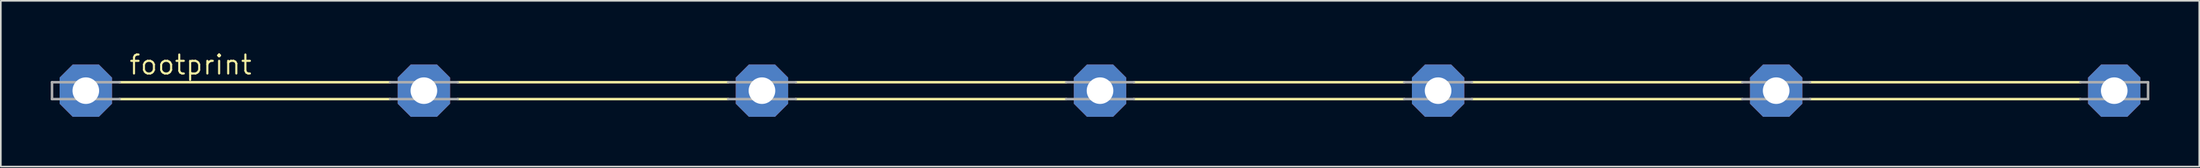
<source format=kicad_pcb>
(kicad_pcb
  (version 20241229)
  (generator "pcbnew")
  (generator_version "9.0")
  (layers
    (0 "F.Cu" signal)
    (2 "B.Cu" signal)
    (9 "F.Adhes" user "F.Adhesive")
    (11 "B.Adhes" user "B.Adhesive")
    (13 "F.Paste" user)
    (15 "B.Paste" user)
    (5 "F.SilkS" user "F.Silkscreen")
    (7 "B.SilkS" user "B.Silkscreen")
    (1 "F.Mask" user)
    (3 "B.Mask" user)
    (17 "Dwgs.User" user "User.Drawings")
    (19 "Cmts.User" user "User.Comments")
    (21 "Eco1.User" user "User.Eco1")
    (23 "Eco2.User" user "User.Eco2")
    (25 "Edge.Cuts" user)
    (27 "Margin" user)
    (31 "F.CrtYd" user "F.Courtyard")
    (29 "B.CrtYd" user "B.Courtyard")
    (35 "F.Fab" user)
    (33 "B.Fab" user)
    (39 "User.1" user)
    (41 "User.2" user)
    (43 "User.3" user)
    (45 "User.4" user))
  (footprint "footprint"
    (layer "F.Cu")
    (at 63.068 2.413)
    (property "Reference" "footprint" (at -58.42 -0.889 0) (layer "F.SilkS") (effects (font (size 1.143 1.143) (thickness 0.127)) (justify left bottom)))
    (fp_line (start -58.928 -0.508) (end -42.672 -0.508) (stroke (width 0.152) (type solid)) (layer "F.SilkS"))
    (fp_line (start -58.928 0.508) (end -42.672 0.508) (stroke (width 0.152) (type solid)) (layer "F.SilkS"))
    (fp_line (start -38.608 -0.508) (end -22.352 -0.508) (stroke (width 0.152) (type solid)) (layer "F.SilkS"))
    (fp_line (start -38.608 0.508) (end -22.352 0.508) (stroke (width 0.152) (type solid)) (layer "F.SilkS"))
    (fp_line (start -18.288 -0.508) (end -2.032 -0.508) (stroke (width 0.152) (type solid)) (layer "F.SilkS"))
    (fp_line (start -18.288 0.508) (end -2.032 0.508) (stroke (width 0.152) (type solid)) (layer "F.SilkS"))
    (fp_line (start 2.032 -0.508) (end 18.288 -0.508) (stroke (width 0.152) (type solid)) (layer "F.SilkS"))
    (fp_line (start 2.032 0.508) (end 18.288 0.508) (stroke (width 0.152) (type solid)) (layer "F.SilkS"))
    (fp_line (start 22.352 -0.508) (end 38.608 -0.508) (stroke (width 0.152) (type solid)) (layer "F.SilkS"))
    (fp_line (start 22.352 0.508) (end 38.608 0.508) (stroke (width 0.152) (type solid)) (layer "F.SilkS"))
    (fp_line (start 42.672 -0.508) (end 58.928 -0.508) (stroke (width 0.152) (type solid)) (layer "F.SilkS"))
    (fp_line (start 42.672 0.508) (end 58.928 0.508) (stroke (width 0.152) (type solid)) (layer "F.SilkS"))
    (fp_line (start -62.992 -0.508) (end -62.992 0.508) (stroke (width 0.152) (type solid)) (layer "F.Fab"))
    (fp_line (start -62.992 0.508) (end -58.928 0.508) (stroke (width 0.152) (type solid)) (layer "F.Fab"))
    (fp_line (start -58.928 -0.508) (end -62.992 -0.508) (stroke (width 0.152) (type solid)) (layer "F.Fab"))
    (fp_line (start -42.672 0.508) (end -38.608 0.508) (stroke (width 0.152) (type solid)) (layer "F.Fab"))
    (fp_line (start -38.608 -0.508) (end -42.672 -0.508) (stroke (width 0.152) (type solid)) (layer "F.Fab"))
    (fp_line (start -18.288 -0.508) (end -22.352 -0.508) (stroke (width 0.152) (type solid)) (layer "F.Fab"))
    (fp_line (start -18.288 0.508) (end -22.352 0.508) (stroke (width 0.152) (type solid)) (layer "F.Fab"))
    (fp_line (start -2.032 0.508) (end 2.032 0.508) (stroke (width 0.152) (type solid)) (layer "F.Fab"))
    (fp_line (start 2.032 -0.508) (end -2.032 -0.508) (stroke (width 0.152) (type solid)) (layer "F.Fab"))
    (fp_line (start 18.288 0.508) (end 22.352 0.508) (stroke (width 0.152) (type solid)) (layer "F.Fab"))
    (fp_line (start 22.352 -0.508) (end 18.288 -0.508) (stroke (width 0.152) (type solid)) (layer "F.Fab"))
    (fp_line (start 42.672 -0.508) (end 38.608 -0.508) (stroke (width 0.152) (type solid)) (layer "F.Fab"))
    (fp_line (start 42.672 0.508) (end 38.608 0.508) (stroke (width 0.152) (type solid)) (layer "F.Fab"))
    (fp_line (start 62.992 -0.508) (end 58.928 -0.508) (stroke (width 0.152) (type solid)) (layer "F.Fab"))
    (fp_line (start 62.992 -0.508) (end 62.992 0.508) (stroke (width 0.152) (type solid)) (layer "F.Fab"))
    (fp_line (start 62.992 0.508) (end 58.928 0.508) (stroke (width 0.152) (type solid)) (layer "F.Fab"))
    (pad "1" thru_hole roundrect (at -60.96 0) (size 3.15 3.15) (drill 1.6) (layers "*.Cu" "*.Mask") (roundrect_rratio 0.25) (chamfer_ratio 0.25) (chamfer top_left top_right bottom_left bottom_right))
    (pad "2" thru_hole roundrect (at -40.64 0) (size 3.15 3.15) (drill 1.6) (layers "*.Cu" "*.Mask") (roundrect_rratio 0.25) (chamfer_ratio 0.25) (chamfer top_left top_right bottom_left bottom_right))
    (pad "3" thru_hole roundrect (at -20.32 0) (size 3.15 3.15) (drill 1.6) (layers "*.Cu" "*.Mask") (roundrect_rratio 0.25) (chamfer_ratio 0.25) (chamfer top_left top_right bottom_left bottom_right))
    (pad "4" thru_hole roundrect (at 0 0) (size 3.15 3.15) (drill 1.6) (layers "*.Cu" "*.Mask") (roundrect_rratio 0.25) (chamfer_ratio 0.25) (chamfer top_left top_right bottom_left bottom_right))
    (pad "5" thru_hole roundrect (at 20.32 0) (size 3.15 3.15) (drill 1.6) (layers "*.Cu" "*.Mask") (roundrect_rratio 0.25) (chamfer_ratio 0.25) (chamfer top_left top_right bottom_left bottom_right))
    (pad "6" thru_hole roundrect (at 40.64 0) (size 3.15 3.15) (drill 1.6) (layers "*.Cu" "*.Mask") (roundrect_rratio 0.25) (chamfer_ratio 0.25) (chamfer top_left top_right bottom_left bottom_right))
    (pad "7" thru_hole roundrect (at 60.96 0) (size 3.15 3.15) (drill 1.6) (layers "*.Cu" "*.Mask") (roundrect_rratio 0.25) (chamfer_ratio 0.25) (chamfer top_left top_right bottom_left bottom_right)))
  (gr_rect
    (start -3 -3)
    (end 129.136 6.988)
    (stroke (width 0.1) (type default))
    (fill no)
    (layer "Edge.Cuts")))
</source>
